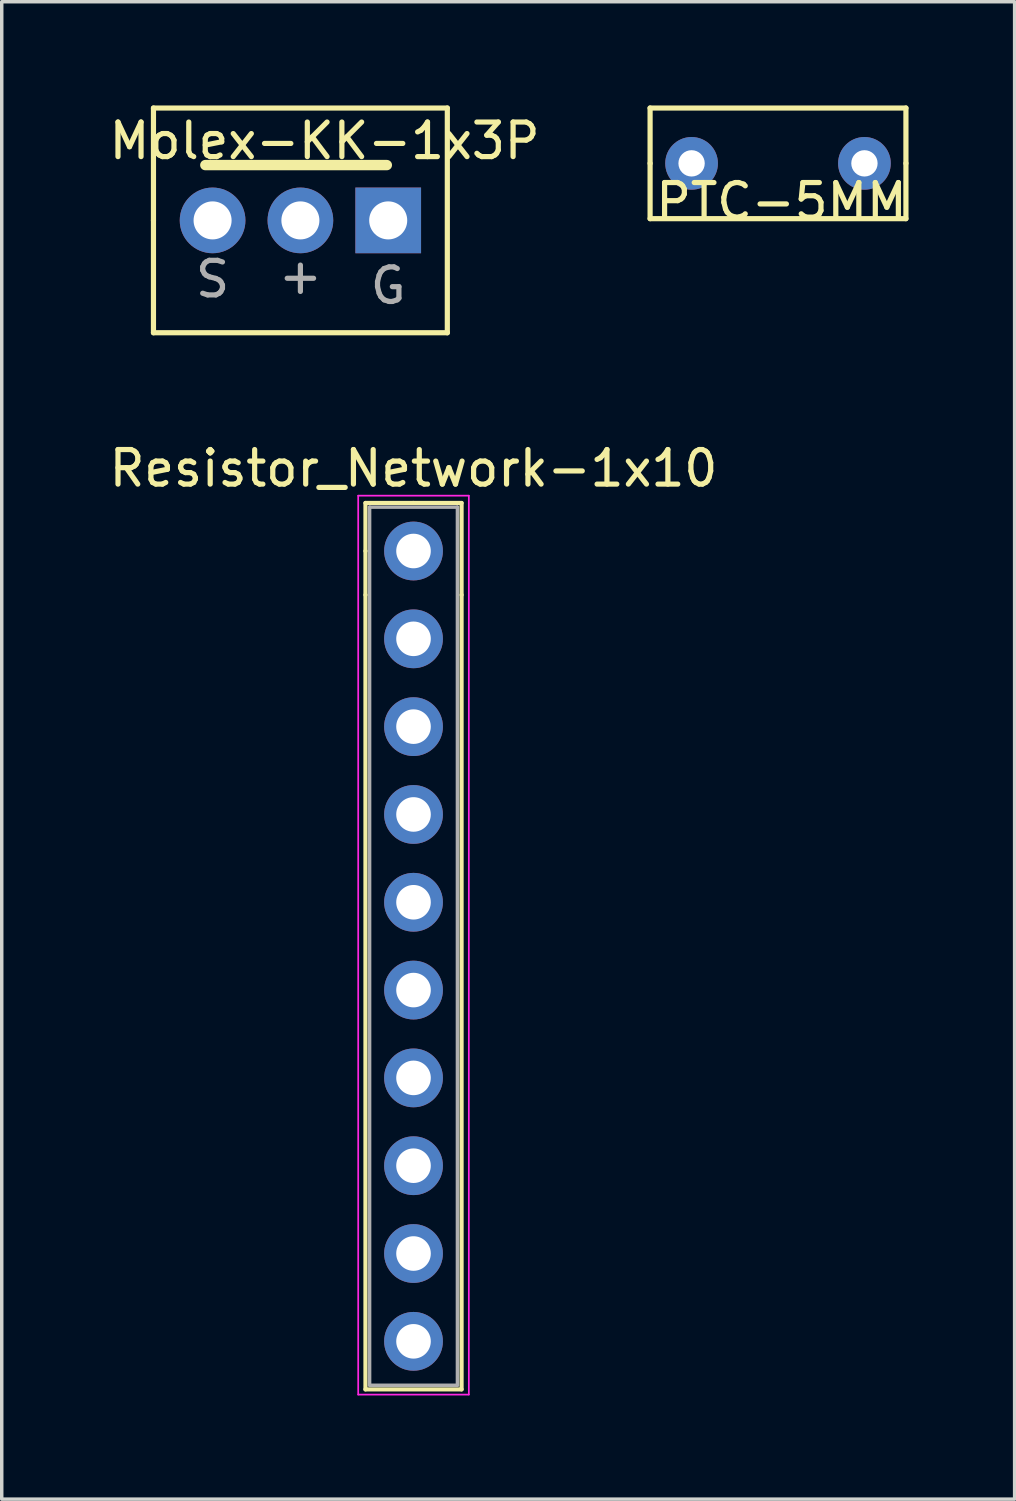
<source format=kicad_pcb>
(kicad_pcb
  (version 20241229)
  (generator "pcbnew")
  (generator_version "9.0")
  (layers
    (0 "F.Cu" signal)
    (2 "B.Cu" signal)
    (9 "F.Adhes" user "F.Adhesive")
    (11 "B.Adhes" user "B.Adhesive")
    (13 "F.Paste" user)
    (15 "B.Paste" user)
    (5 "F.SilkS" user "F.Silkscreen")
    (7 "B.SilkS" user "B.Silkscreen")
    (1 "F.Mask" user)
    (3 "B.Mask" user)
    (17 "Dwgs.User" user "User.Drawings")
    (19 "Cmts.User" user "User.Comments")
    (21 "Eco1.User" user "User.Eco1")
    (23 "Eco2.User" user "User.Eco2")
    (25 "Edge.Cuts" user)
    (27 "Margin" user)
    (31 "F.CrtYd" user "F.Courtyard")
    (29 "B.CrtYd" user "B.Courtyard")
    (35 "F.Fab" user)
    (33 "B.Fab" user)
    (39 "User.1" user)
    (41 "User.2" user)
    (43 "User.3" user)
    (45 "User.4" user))
  (footprint "PTC-5MM"
    (layer "F.Cu")
    (at 19.454 1.675)
    (property "Reference" "PTC-5MM" (at 0.1 1.1 0) (layer "F.SilkS") (effects (font (size 1 1) (thickness 0.15))))
    (attr through_hole)
    (fp_line (start -3.7 0) (end -3.7 -1.6) (stroke (width 0.15) (type solid)) (layer "F.SilkS"))
    (fp_line (start -3.7 0) (end -3.7 1.6) (stroke (width 0.15) (type solid)) (layer "F.SilkS"))
    (fp_line (start -3.7 1.6) (end 3.7 1.6) (stroke (width 0.15) (type solid)) (layer "F.SilkS"))
    (fp_line (start 3.7 -1.6) (end -3.7 -1.6) (stroke (width 0.15) (type solid)) (layer "F.SilkS"))
    (fp_line (start 3.7 0) (end 3.7 -1.6) (stroke (width 0.15) (type solid)) (layer "F.SilkS"))
    (fp_line (start 3.7 1.6) (end 3.7 0) (stroke (width 0.15) (type solid)) (layer "F.SilkS"))
    (pad "1" thru_hole circle (at -2.5 0) (size 1.524 1.524) (drill 0.762) (layers "*.Cu" "*.Mask"))
    (pad "2" thru_hole circle (at 2.5 0) (size 1.524 1.524) (drill 0.762) (layers "*.Cu" "*.Mask")))
  (footprint "Resistor_Network-1x10"
    (layer "F.Cu")
    (at 8.911 12.888)
    (property "Reference" "Resistor_Network-1x10" (at 0 -2.39 0) (layer "F.SilkS") (effects (font (size 1 1) (thickness 0.15))))
    (attr through_hole)
    (fp_line (start -1.39 -1.39) (end 0 -1.39) (stroke (width 0.12) (type solid)) (layer "F.SilkS"))
    (fp_line (start -1.39 0) (end -1.39 -1.39) (stroke (width 0.12) (type solid)) (layer "F.SilkS"))
    (fp_line (start -1.39 1.27) (end -1.39 0) (stroke (width 0.12) (type solid)) (layer "F.SilkS"))
    (fp_line (start -1.39 1.27) (end -1.39 24.25) (stroke (width 0.12) (type solid)) (layer "F.SilkS"))
    (fp_line (start -1.39 24.25) (end 1.39 24.25) (stroke (width 0.12) (type solid)) (layer "F.SilkS"))
    (fp_line (start 1.39 -1.39) (end -0.01 -1.39) (stroke (width 0.12) (type solid)) (layer "F.SilkS"))
    (fp_line (start 1.39 1.27) (end 1.39 -1.39) (stroke (width 0.12) (type solid)) (layer "F.SilkS"))
    (fp_line (start 1.39 24.25) (end 1.39 1.27) (stroke (width 0.12) (type solid)) (layer "F.SilkS"))
    (fp_line (start -1.6 -1.6) (end -1.6 24.4) (stroke (width 0.05) (type solid)) (layer "F.CrtYd"))
    (fp_line (start -1.6 24.4) (end 1.6 24.4) (stroke (width 0.05) (type solid)) (layer "F.CrtYd"))
    (fp_line (start 1.6 -1.6) (end -1.6 -1.6) (stroke (width 0.05) (type solid)) (layer "F.CrtYd"))
    (fp_line (start 1.6 24.4) (end 1.6 -1.6) (stroke (width 0.05) (type solid)) (layer "F.CrtYd"))
    (fp_line (start -1.27 -1.27) (end -1.27 24.13) (stroke (width 0.1) (type solid)) (layer "F.Fab"))
    (fp_line (start -1.27 24.13) (end 1.27 24.13) (stroke (width 0.1) (type solid)) (layer "F.Fab"))
    (fp_line (start 1.27 -1.27) (end -1.27 -1.27) (stroke (width 0.1) (type solid)) (layer "F.Fab"))
    (fp_line (start 1.27 24.13) (end 1.27 -1.27) (stroke (width 0.1) (type solid)) (layer "F.Fab"))
    (pad "1" thru_hole circle (at 0 0) (size 1.7 1.7) (drill 1) (layers "*.Cu" "*.Mask"))
    (pad "2" thru_hole oval (at 0 2.54) (size 1.7 1.7) (drill 1) (layers "*.Cu" "*.Mask"))
    (pad "3" thru_hole oval (at 0 5.08) (size 1.7 1.7) (drill 1) (layers "*.Cu" "*.Mask"))
    (pad "4" thru_hole oval (at 0 7.62) (size 1.7 1.7) (drill 1) (layers "*.Cu" "*.Mask"))
    (pad "5" thru_hole oval (at 0 10.16) (size 1.7 1.7) (drill 1) (layers "*.Cu" "*.Mask"))
    (pad "6" thru_hole oval (at 0 12.7) (size 1.7 1.7) (drill 1) (layers "*.Cu" "*.Mask"))
    (pad "7" thru_hole oval (at 0 15.24) (size 1.7 1.7) (drill 1) (layers "*.Cu" "*.Mask"))
    (pad "8" thru_hole oval (at 0 17.78) (size 1.7 1.7) (drill 1) (layers "*.Cu" "*.Mask"))
    (pad "9" thru_hole oval (at 0 20.32) (size 1.7 1.7) (drill 1) (layers "*.Cu" "*.Mask"))
    (pad "10" thru_hole oval (at 0 22.86) (size 1.7 1.7) (drill 1) (layers "*.Cu" "*.Mask")))
  (footprint "Molex-KK-1x3P"
    (layer "F.Cu")
    (at 5.639 3.325)
    (property "Reference" "Molex-KK-1x3P" (at 0.7 -2.3 0) (layer "F.SilkS") (effects (font (size 1 1) (thickness 0.15))))
    (attr through_hole)
    (fp_line (start -4.25 -3.25) (end 4.25 -3.25) (stroke (width 0.15) (type solid)) (layer "F.SilkS"))
    (fp_line (start -4.25 0) (end -4.25 -3.25) (stroke (width 0.15) (type solid)) (layer "F.SilkS"))
    (fp_line (start -4.25 3.25) (end -4.25 0) (stroke (width 0.15) (type solid)) (layer "F.SilkS"))
    (fp_line (start 2.5 -1.6) (end -2.75 -1.6) (stroke (width 0.3) (type solid)) (layer "F.SilkS"))
    (fp_line (start 4.25 -3.25) (end 4.25 3.25) (stroke (width 0.15) (type solid)) (layer "F.SilkS"))
    (fp_line (start 4.25 3.25) (end -4.25 3.25) (stroke (width 0.15) (type solid)) (layer "F.SilkS"))
    (fp_text user "G" (at 2.54 1.89 0) (layer "F.Fab") (effects (font (size 1 1) (thickness 0.15))))
    (fp_text user "+" (at 0 1.6 0) (layer "F.Fab") (effects (font (size 1 1) (thickness 0.15))))
    (fp_text user "S" (at -2.54 1.7 0) (layer "F.Fab") (effects (font (size 1 1) (thickness 0.15))))
    (pad "1" thru_hole rect (at 2.54 0) (size 1.9 1.9) (drill 1.1) (layers "*.Cu" "*.Mask"))
    (pad "2" thru_hole circle (at 0 0) (size 1.9 1.9) (drill 1.1) (layers "*.Cu" "*.Mask"))
    (pad "3" thru_hole circle (at -2.54 0) (size 1.9 1.9) (drill 1.1) (layers "*.Cu" "*.Mask")))
  (gr_rect
    (start -3 -3)
    (end 26.298 40.313)
    (stroke (width 0.1) (type default))
    (fill no)
    (layer "Edge.Cuts")))
</source>
